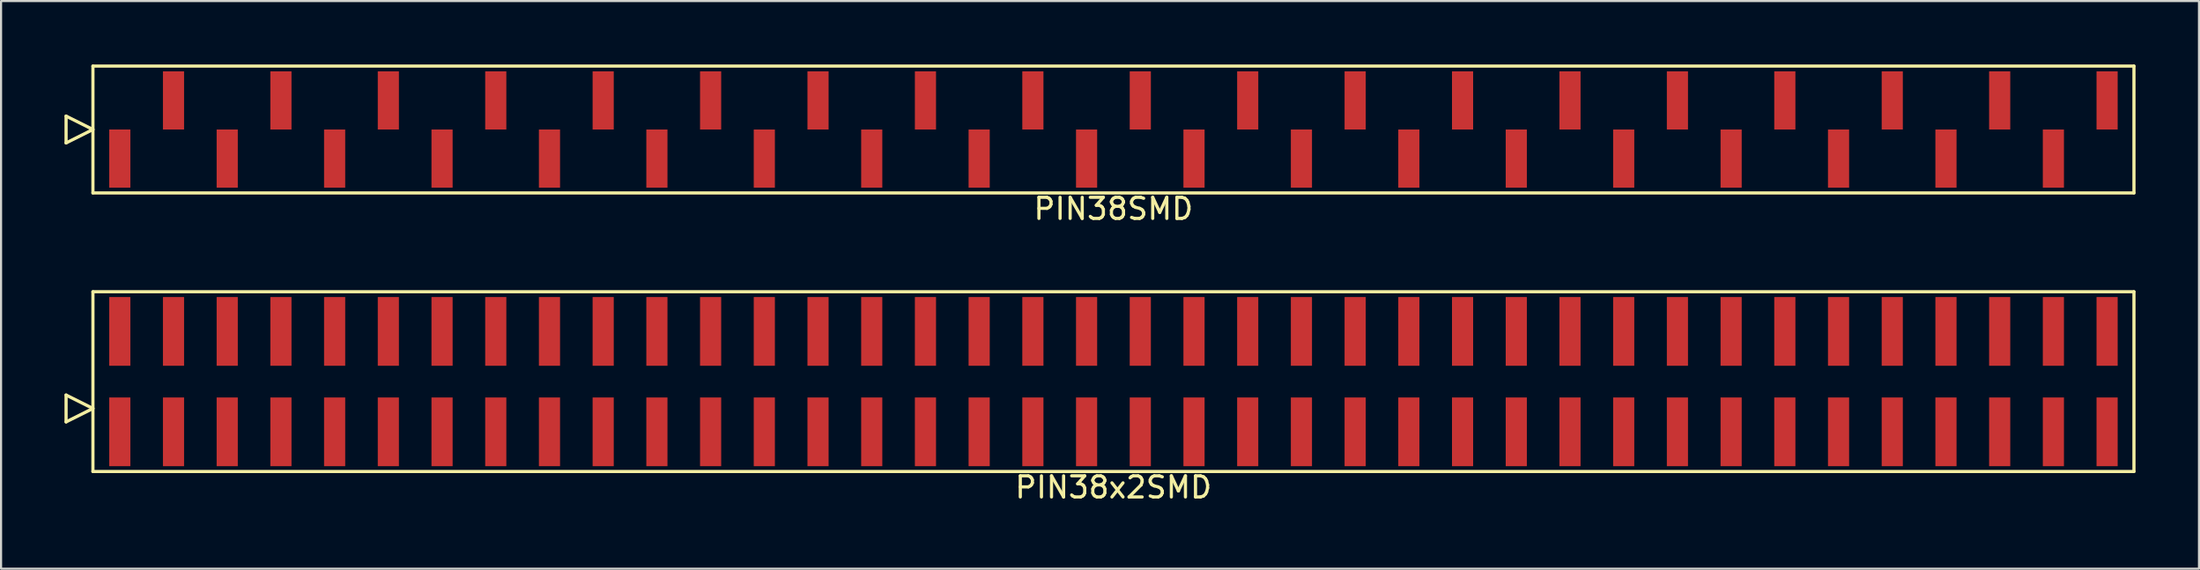
<source format=kicad_pcb>
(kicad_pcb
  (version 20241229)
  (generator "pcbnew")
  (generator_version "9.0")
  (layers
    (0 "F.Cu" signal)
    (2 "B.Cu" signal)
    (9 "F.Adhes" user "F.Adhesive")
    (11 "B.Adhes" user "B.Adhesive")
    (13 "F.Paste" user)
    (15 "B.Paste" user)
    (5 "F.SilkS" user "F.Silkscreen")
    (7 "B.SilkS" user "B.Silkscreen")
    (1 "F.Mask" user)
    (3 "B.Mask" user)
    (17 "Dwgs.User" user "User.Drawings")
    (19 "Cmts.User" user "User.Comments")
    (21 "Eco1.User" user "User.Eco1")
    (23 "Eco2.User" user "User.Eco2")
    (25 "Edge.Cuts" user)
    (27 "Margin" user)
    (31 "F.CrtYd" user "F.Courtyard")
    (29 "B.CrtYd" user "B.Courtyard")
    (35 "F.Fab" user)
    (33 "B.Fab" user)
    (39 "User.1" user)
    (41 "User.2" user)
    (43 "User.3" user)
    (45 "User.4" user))
  (footprint "PIN38x2SMD"
    (layer "F.Cu")
    (at 49.605 14.998)
    (property "Reference" "PIN38x2SMD" (at 0 5 0) (layer "F.SilkS") (effects (font (size 1 1) (thickness 0.15))))
    (attr through_hole)
    (fp_line (start -49.53 1.905) (end -49.53 0.635) (stroke (width 0.15) (type solid)) (layer "F.SilkS"))
    (fp_line (start -48.26 -4.25) (end -48.26 4.25) (stroke (width 0.15) (type solid)) (layer "F.SilkS"))
    (fp_line (start -48.26 1.27) (end -49.53 0.635) (stroke (width 0.15) (type solid)) (layer "F.SilkS"))
    (fp_line (start -48.26 1.27) (end -49.53 1.905) (stroke (width 0.15) (type solid)) (layer "F.SilkS"))
    (fp_line (start -48.26 4.25) (end 48.26 4.25) (stroke (width 0.15) (type solid)) (layer "F.SilkS"))
    (fp_line (start 48.26 -4.25) (end -48.26 -4.25) (stroke (width 0.15) (type solid)) (layer "F.SilkS"))
    (fp_line (start 48.26 4.25) (end 48.26 -4.25) (stroke (width 0.15) (type solid)) (layer "F.SilkS"))
    (pad "1" smd rect (at -46.99 2.375) (size 1 3.25) (layers "F.Cu" "F.Mask" "F.Paste"))
    (pad "2" smd rect (at -46.99 -2.375) (size 1 3.25) (layers "F.Cu" "F.Mask" "F.Paste"))
    (pad "3" smd rect (at -44.45 2.375) (size 1 3.25) (layers "F.Cu" "F.Mask" "F.Paste"))
    (pad "4" smd rect (at -44.45 -2.375) (size 1 3.25) (layers "F.Cu" "F.Mask" "F.Paste"))
    (pad "5" smd rect (at -41.91 2.375) (size 1 3.25) (layers "F.Cu" "F.Mask" "F.Paste"))
    (pad "6" smd rect (at -41.91 -2.375) (size 1 3.25) (layers "F.Cu" "F.Mask" "F.Paste"))
    (pad "7" smd rect (at -39.37 2.375) (size 1 3.25) (layers "F.Cu" "F.Mask" "F.Paste"))
    (pad "8" smd rect (at -39.37 -2.375) (size 1 3.25) (layers "F.Cu" "F.Mask" "F.Paste"))
    (pad "9" smd rect (at -36.83 2.375) (size 1 3.25) (layers "F.Cu" "F.Mask" "F.Paste"))
    (pad "10" smd rect (at -36.83 -2.375) (size 1 3.25) (layers "F.Cu" "F.Mask" "F.Paste"))
    (pad "11" smd rect (at -34.29 2.375) (size 1 3.25) (layers "F.Cu" "F.Mask" "F.Paste"))
    (pad "12" smd rect (at -34.29 -2.375) (size 1 3.25) (layers "F.Cu" "F.Mask" "F.Paste"))
    (pad "13" smd rect (at -31.75 2.375) (size 1 3.25) (layers "F.Cu" "F.Mask" "F.Paste"))
    (pad "14" smd rect (at -31.75 -2.375) (size 1 3.25) (layers "F.Cu" "F.Mask" "F.Paste"))
    (pad "15" smd rect (at -29.21 2.375) (size 1 3.25) (layers "F.Cu" "F.Mask" "F.Paste"))
    (pad "16" smd rect (at -29.21 -2.375) (size 1 3.25) (layers "F.Cu" "F.Mask" "F.Paste"))
    (pad "17" smd rect (at -26.67 2.375) (size 1 3.25) (layers "F.Cu" "F.Mask" "F.Paste"))
    (pad "18" smd rect (at -26.67 -2.375) (size 1 3.25) (layers "F.Cu" "F.Mask" "F.Paste"))
    (pad "19" smd rect (at -24.13 2.375) (size 1 3.25) (layers "F.Cu" "F.Mask" "F.Paste"))
    (pad "20" smd rect (at -24.13 -2.375) (size 1 3.25) (layers "F.Cu" "F.Mask" "F.Paste"))
    (pad "21" smd rect (at -21.59 2.375) (size 1 3.25) (layers "F.Cu" "F.Mask" "F.Paste"))
    (pad "22" smd rect (at -21.59 -2.375) (size 1 3.25) (layers "F.Cu" "F.Mask" "F.Paste"))
    (pad "23" smd rect (at -19.05 2.375) (size 1 3.25) (layers "F.Cu" "F.Mask" "F.Paste"))
    (pad "24" smd rect (at -19.05 -2.375) (size 1 3.25) (layers "F.Cu" "F.Mask" "F.Paste"))
    (pad "25" smd rect (at -16.51 2.375) (size 1 3.25) (layers "F.Cu" "F.Mask" "F.Paste"))
    (pad "26" smd rect (at -16.51 -2.375) (size 1 3.25) (layers "F.Cu" "F.Mask" "F.Paste"))
    (pad "27" smd rect (at -13.97 2.375) (size 1 3.25) (layers "F.Cu" "F.Mask" "F.Paste"))
    (pad "28" smd rect (at -13.97 -2.375) (size 1 3.25) (layers "F.Cu" "F.Mask" "F.Paste"))
    (pad "29" smd rect (at -11.43 2.375) (size 1 3.25) (layers "F.Cu" "F.Mask" "F.Paste"))
    (pad "30" smd rect (at -11.43 -2.375) (size 1 3.25) (layers "F.Cu" "F.Mask" "F.Paste"))
    (pad "31" smd rect (at -8.89 2.375) (size 1 3.25) (layers "F.Cu" "F.Mask" "F.Paste"))
    (pad "32" smd rect (at -8.89 -2.375) (size 1 3.25) (layers "F.Cu" "F.Mask" "F.Paste"))
    (pad "33" smd rect (at -6.35 2.375) (size 1 3.25) (layers "F.Cu" "F.Mask" "F.Paste"))
    (pad "34" smd rect (at -6.35 -2.375) (size 1 3.25) (layers "F.Cu" "F.Mask" "F.Paste"))
    (pad "35" smd rect (at -3.81 2.375) (size 1 3.25) (layers "F.Cu" "F.Mask" "F.Paste"))
    (pad "36" smd rect (at -3.81 -2.375) (size 1 3.25) (layers "F.Cu" "F.Mask" "F.Paste"))
    (pad "37" smd rect (at -1.27 2.375) (size 1 3.25) (layers "F.Cu" "F.Mask" "F.Paste"))
    (pad "38" smd rect (at -1.27 -2.375) (size 1 3.25) (layers "F.Cu" "F.Mask" "F.Paste"))
    (pad "39" smd rect (at 1.27 2.375) (size 1 3.25) (layers "F.Cu" "F.Mask" "F.Paste"))
    (pad "40" smd rect (at 1.27 -2.375) (size 1 3.25) (layers "F.Cu" "F.Mask" "F.Paste"))
    (pad "41" smd rect (at 3.81 2.375) (size 1 3.25) (layers "F.Cu" "F.Mask" "F.Paste"))
    (pad "42" smd rect (at 3.81 -2.375) (size 1 3.25) (layers "F.Cu" "F.Mask" "F.Paste"))
    (pad "43" smd rect (at 6.35 2.375) (size 1 3.25) (layers "F.Cu" "F.Mask" "F.Paste"))
    (pad "44" smd rect (at 6.35 -2.375) (size 1 3.25) (layers "F.Cu" "F.Mask" "F.Paste"))
    (pad "45" smd rect (at 8.89 2.375) (size 1 3.25) (layers "F.Cu" "F.Mask" "F.Paste"))
    (pad "46" smd rect (at 8.89 -2.375) (size 1 3.25) (layers "F.Cu" "F.Mask" "F.Paste"))
    (pad "47" smd rect (at 11.43 2.375) (size 1 3.25) (layers "F.Cu" "F.Mask" "F.Paste"))
    (pad "48" smd rect (at 11.43 -2.375) (size 1 3.25) (layers "F.Cu" "F.Mask" "F.Paste"))
    (pad "49" smd rect (at 13.97 2.375) (size 1 3.25) (layers "F.Cu" "F.Mask" "F.Paste"))
    (pad "50" smd rect (at 13.97 -2.375) (size 1 3.25) (layers "F.Cu" "F.Mask" "F.Paste"))
    (pad "51" smd rect (at 16.51 2.375) (size 1 3.25) (layers "F.Cu" "F.Mask" "F.Paste"))
    (pad "52" smd rect (at 16.51 -2.375) (size 1 3.25) (layers "F.Cu" "F.Mask" "F.Paste"))
    (pad "53" smd rect (at 19.05 2.375) (size 1 3.25) (layers "F.Cu" "F.Mask" "F.Paste"))
    (pad "54" smd rect (at 19.05 -2.375) (size 1 3.25) (layers "F.Cu" "F.Mask" "F.Paste"))
    (pad "55" smd rect (at 21.59 2.375) (size 1 3.25) (layers "F.Cu" "F.Mask" "F.Paste"))
    (pad "56" smd rect (at 21.59 -2.375) (size 1 3.25) (layers "F.Cu" "F.Mask" "F.Paste"))
    (pad "57" smd rect (at 24.13 2.375) (size 1 3.25) (layers "F.Cu" "F.Mask" "F.Paste"))
    (pad "58" smd rect (at 24.13 -2.375) (size 1 3.25) (layers "F.Cu" "F.Mask" "F.Paste"))
    (pad "59" smd rect (at 26.67 2.375) (size 1 3.25) (layers "F.Cu" "F.Mask" "F.Paste"))
    (pad "60" smd rect (at 26.67 -2.375) (size 1 3.25) (layers "F.Cu" "F.Mask" "F.Paste"))
    (pad "61" smd rect (at 29.21 2.375) (size 1 3.25) (layers "F.Cu" "F.Mask" "F.Paste"))
    (pad "62" smd rect (at 29.21 -2.375) (size 1 3.25) (layers "F.Cu" "F.Mask" "F.Paste"))
    (pad "63" smd rect (at 31.75 2.375) (size 1 3.25) (layers "F.Cu" "F.Mask" "F.Paste"))
    (pad "64" smd rect (at 31.75 -2.375) (size 1 3.25) (layers "F.Cu" "F.Mask" "F.Paste"))
    (pad "65" smd rect (at 34.29 2.375) (size 1 3.25) (layers "F.Cu" "F.Mask" "F.Paste"))
    (pad "66" smd rect (at 34.29 -2.375) (size 1 3.25) (layers "F.Cu" "F.Mask" "F.Paste"))
    (pad "67" smd rect (at 36.83 2.375) (size 1 3.25) (layers "F.Cu" "F.Mask" "F.Paste"))
    (pad "68" smd rect (at 36.83 -2.375) (size 1 3.25) (layers "F.Cu" "F.Mask" "F.Paste"))
    (pad "69" smd rect (at 39.37 2.375) (size 1 3.25) (layers "F.Cu" "F.Mask" "F.Paste"))
    (pad "70" smd rect (at 39.37 -2.375) (size 1 3.25) (layers "F.Cu" "F.Mask" "F.Paste"))
    (pad "71" smd rect (at 41.91 2.375) (size 1 3.25) (layers "F.Cu" "F.Mask" "F.Paste"))
    (pad "72" smd rect (at 41.91 -2.375) (size 1 3.25) (layers "F.Cu" "F.Mask" "F.Paste"))
    (pad "73" smd rect (at 44.45 2.375) (size 1 3.25) (layers "F.Cu" "F.Mask" "F.Paste"))
    (pad "74" smd rect (at 44.45 -2.375) (size 1 3.25) (layers "F.Cu" "F.Mask" "F.Paste"))
    (pad "75" smd rect (at 46.99 2.375) (size 1 3.25) (layers "F.Cu" "F.Mask" "F.Paste"))
    (pad "76" smd rect (at 46.99 -2.375) (size 1 3.25) (layers "F.Cu" "F.Mask" "F.Paste")))
  (footprint "PIN38SMD"
    (layer "F.Cu")
    (at 49.605 3.075)
    (property "Reference" "PIN38SMD" (at 0 3.75 0) (layer "F.SilkS") (effects (font (size 1 1) (thickness 0.15))))
    (attr through_hole)
    (fp_line (start -49.53 0.635) (end -49.53 -0.635) (stroke (width 0.15) (type solid)) (layer "F.SilkS"))
    (fp_line (start -48.26 -3) (end -48.26 3) (stroke (width 0.15) (type solid)) (layer "F.SilkS"))
    (fp_line (start -48.26 0) (end -49.53 -0.635) (stroke (width 0.15) (type solid)) (layer "F.SilkS"))
    (fp_line (start -48.26 0) (end -49.53 0.635) (stroke (width 0.15) (type solid)) (layer "F.SilkS"))
    (fp_line (start -48.26 3) (end 48.26 3) (stroke (width 0.15) (type solid)) (layer "F.SilkS"))
    (fp_line (start 48.26 -3) (end -48.26 -3) (stroke (width 0.15) (type solid)) (layer "F.SilkS"))
    (fp_line (start 48.26 3) (end 48.26 -3) (stroke (width 0.15) (type solid)) (layer "F.SilkS"))
    (pad "1" smd rect (at -46.99 1.375) (size 1 2.75) (layers "F.Cu" "F.Mask" "F.Paste"))
    (pad "2" smd rect (at -44.45 -1.375) (size 1 2.75) (layers "F.Cu" "F.Mask" "F.Paste"))
    (pad "3" smd rect (at -41.91 1.375) (size 1 2.75) (layers "F.Cu" "F.Mask" "F.Paste"))
    (pad "4" smd rect (at -39.37 -1.375) (size 1 2.75) (layers "F.Cu" "F.Mask" "F.Paste"))
    (pad "5" smd rect (at -36.83 1.375) (size 1 2.75) (layers "F.Cu" "F.Mask" "F.Paste"))
    (pad "6" smd rect (at -34.29 -1.375) (size 1 2.75) (layers "F.Cu" "F.Mask" "F.Paste"))
    (pad "7" smd rect (at -31.75 1.375) (size 1 2.75) (layers "F.Cu" "F.Mask" "F.Paste"))
    (pad "8" smd rect (at -29.21 -1.375) (size 1 2.75) (layers "F.Cu" "F.Mask" "F.Paste"))
    (pad "9" smd rect (at -26.67 1.375) (size 1 2.75) (layers "F.Cu" "F.Mask" "F.Paste"))
    (pad "10" smd rect (at -24.13 -1.375) (size 1 2.75) (layers "F.Cu" "F.Mask" "F.Paste"))
    (pad "11" smd rect (at -21.59 1.375) (size 1 2.75) (layers "F.Cu" "F.Mask" "F.Paste"))
    (pad "12" smd rect (at -19.05 -1.375) (size 1 2.75) (layers "F.Cu" "F.Mask" "F.Paste"))
    (pad "13" smd rect (at -16.51 1.375) (size 1 2.75) (layers "F.Cu" "F.Mask" "F.Paste"))
    (pad "14" smd rect (at -13.97 -1.375) (size 1 2.75) (layers "F.Cu" "F.Mask" "F.Paste"))
    (pad "15" smd rect (at -11.43 1.375) (size 1 2.75) (layers "F.Cu" "F.Mask" "F.Paste"))
    (pad "16" smd rect (at -8.89 -1.375) (size 1 2.75) (layers "F.Cu" "F.Mask" "F.Paste"))
    (pad "17" smd rect (at -6.35 1.375) (size 1 2.75) (layers "F.Cu" "F.Mask" "F.Paste"))
    (pad "18" smd rect (at -3.81 -1.375) (size 1 2.75) (layers "F.Cu" "F.Mask" "F.Paste"))
    (pad "19" smd rect (at -1.27 1.375) (size 1 2.75) (layers "F.Cu" "F.Mask" "F.Paste"))
    (pad "20" smd rect (at 1.27 -1.375) (size 1 2.75) (layers "F.Cu" "F.Mask" "F.Paste"))
    (pad "21" smd rect (at 3.81 1.375) (size 1 2.75) (layers "F.Cu" "F.Mask" "F.Paste"))
    (pad "22" smd rect (at 6.35 -1.375) (size 1 2.75) (layers "F.Cu" "F.Mask" "F.Paste"))
    (pad "23" smd rect (at 8.89 1.375) (size 1 2.75) (layers "F.Cu" "F.Mask" "F.Paste"))
    (pad "24" smd rect (at 11.43 -1.375) (size 1 2.75) (layers "F.Cu" "F.Mask" "F.Paste"))
    (pad "25" smd rect (at 13.97 1.375) (size 1 2.75) (layers "F.Cu" "F.Mask" "F.Paste"))
    (pad "26" smd rect (at 16.51 -1.375) (size 1 2.75) (layers "F.Cu" "F.Mask" "F.Paste"))
    (pad "27" smd rect (at 19.05 1.375) (size 1 2.75) (layers "F.Cu" "F.Mask" "F.Paste"))
    (pad "28" smd rect (at 21.59 -1.375) (size 1 2.75) (layers "F.Cu" "F.Mask" "F.Paste"))
    (pad "29" smd rect (at 24.13 1.375) (size 1 2.75) (layers "F.Cu" "F.Mask" "F.Paste"))
    (pad "30" smd rect (at 26.67 -1.375) (size 1 2.75) (layers "F.Cu" "F.Mask" "F.Paste"))
    (pad "31" smd rect (at 29.21 1.375) (size 1 2.75) (layers "F.Cu" "F.Mask" "F.Paste"))
    (pad "32" smd rect (at 31.75 -1.375) (size 1 2.75) (layers "F.Cu" "F.Mask" "F.Paste"))
    (pad "33" smd rect (at 34.29 1.375) (size 1 2.75) (layers "F.Cu" "F.Mask" "F.Paste"))
    (pad "34" smd rect (at 36.83 -1.375) (size 1 2.75) (layers "F.Cu" "F.Mask" "F.Paste"))
    (pad "35" smd rect (at 39.37 1.375) (size 1 2.75) (layers "F.Cu" "F.Mask" "F.Paste"))
    (pad "36" smd rect (at 41.91 -1.375) (size 1 2.75) (layers "F.Cu" "F.Mask" "F.Paste"))
    (pad "37" smd rect (at 44.45 1.375) (size 1 2.75) (layers "F.Cu" "F.Mask" "F.Paste"))
    (pad "38" smd rect (at 46.99 -1.375) (size 1 2.75) (layers "F.Cu" "F.Mask" "F.Paste")))
  (gr_rect
    (start -3 -3)
    (end 100.94 23.846)
    (stroke (width 0.1) (type default))
    (fill no)
    (layer "Edge.Cuts")))
</source>
